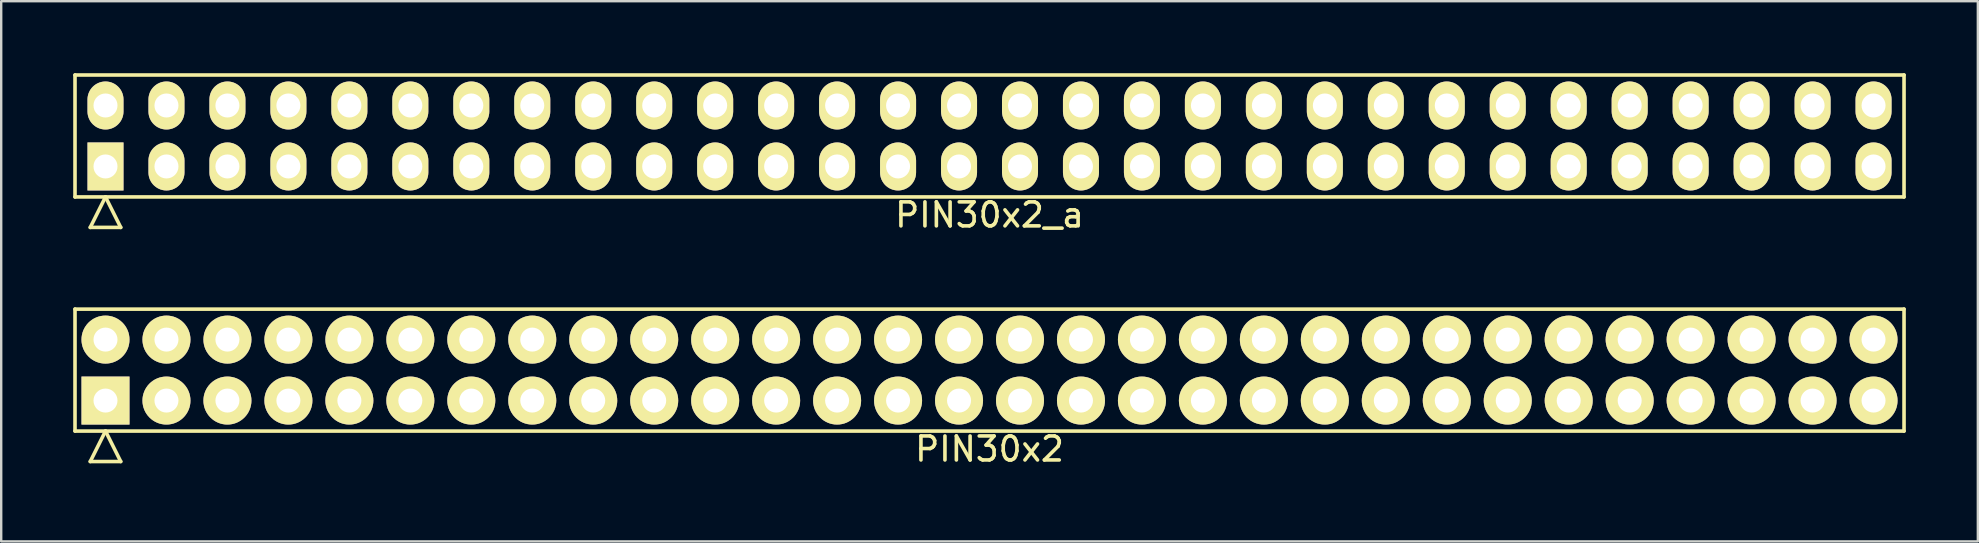
<source format=kicad_pcb>
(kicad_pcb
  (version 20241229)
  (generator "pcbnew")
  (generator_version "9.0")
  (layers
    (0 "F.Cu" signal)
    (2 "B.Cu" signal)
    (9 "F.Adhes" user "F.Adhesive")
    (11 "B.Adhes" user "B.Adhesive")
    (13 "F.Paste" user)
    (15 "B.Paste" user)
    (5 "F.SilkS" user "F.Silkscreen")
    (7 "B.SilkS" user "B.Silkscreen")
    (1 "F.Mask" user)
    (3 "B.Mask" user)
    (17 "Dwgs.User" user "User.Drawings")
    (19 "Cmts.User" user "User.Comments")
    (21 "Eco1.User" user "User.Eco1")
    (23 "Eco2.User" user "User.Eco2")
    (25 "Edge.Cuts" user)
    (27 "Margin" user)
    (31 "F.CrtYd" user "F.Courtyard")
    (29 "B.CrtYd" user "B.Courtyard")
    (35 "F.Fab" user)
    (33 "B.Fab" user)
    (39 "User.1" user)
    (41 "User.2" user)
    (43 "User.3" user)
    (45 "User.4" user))
  (footprint "PIN30x2"
    (layer "F.Cu")
    (at 38.175 12.368)
    (property "Reference" "PIN30x2" (at 0 3.29 0) (layer "F.SilkS") (effects (font (size 1 1) (thickness 0.15))))
    (attr through_hole)
    (fp_line (start -38.1 -2.54) (end -38.1 2.54) (stroke (width 0.15) (type solid)) (layer "F.SilkS"))
    (fp_line (start -38.1 2.54) (end 38.1 2.54) (stroke (width 0.15) (type solid)) (layer "F.SilkS"))
    (fp_line (start -37.465 3.81) (end -36.83 2.54) (stroke (width 0.15) (type solid)) (layer "F.SilkS"))
    (fp_line (start -37.465 3.81) (end -36.195 3.81) (stroke (width 0.15) (type solid)) (layer "F.SilkS"))
    (fp_line (start -36.195 3.81) (end -36.83 2.54) (stroke (width 0.15) (type solid)) (layer "F.SilkS"))
    (fp_line (start 38.1 -2.54) (end -38.1 -2.54) (stroke (width 0.15) (type solid)) (layer "F.SilkS"))
    (fp_line (start 38.1 2.54) (end 38.1 -2.54) (stroke (width 0.15) (type solid)) (layer "F.SilkS"))
    (pad "1" thru_hole rect (at -36.83 1.27) (size 2 2) (drill 1) (layers "*.Cu" "*.Mask" "F.SilkS"))
    (pad "2" thru_hole oval (at -36.83 -1.27) (size 2 2) (drill 1) (layers "*.Cu" "*.Mask" "F.SilkS"))
    (pad "3" thru_hole oval (at -34.29 1.27) (size 2 2) (drill 1) (layers "*.Cu" "*.Mask" "F.SilkS"))
    (pad "4" thru_hole oval (at -34.29 -1.27) (size 2 2) (drill 1) (layers "*.Cu" "*.Mask" "F.SilkS"))
    (pad "5" thru_hole oval (at -31.75 1.27) (size 2 2) (drill 1) (layers "*.Cu" "*.Mask" "F.SilkS"))
    (pad "6" thru_hole oval (at -31.75 -1.27) (size 2 2) (drill 1) (layers "*.Cu" "*.Mask" "F.SilkS"))
    (pad "7" thru_hole oval (at -29.21 1.27) (size 2 2) (drill 1) (layers "*.Cu" "*.Mask" "F.SilkS"))
    (pad "8" thru_hole oval (at -29.21 -1.27) (size 2 2) (drill 1) (layers "*.Cu" "*.Mask" "F.SilkS"))
    (pad "9" thru_hole oval (at -26.67 1.27) (size 2 2) (drill 1) (layers "*.Cu" "*.Mask" "F.SilkS"))
    (pad "10" thru_hole oval (at -26.67 -1.27) (size 2 2) (drill 1) (layers "*.Cu" "*.Mask" "F.SilkS"))
    (pad "11" thru_hole oval (at -24.13 1.27) (size 2 2) (drill 1) (layers "*.Cu" "*.Mask" "F.SilkS"))
    (pad "12" thru_hole oval (at -24.13 -1.27) (size 2 2) (drill 1) (layers "*.Cu" "*.Mask" "F.SilkS"))
    (pad "13" thru_hole oval (at -21.59 1.27) (size 2 2) (drill 1) (layers "*.Cu" "*.Mask" "F.SilkS"))
    (pad "14" thru_hole oval (at -21.59 -1.27) (size 2 2) (drill 1) (layers "*.Cu" "*.Mask" "F.SilkS"))
    (pad "15" thru_hole oval (at -19.05 1.27) (size 2 2) (drill 1) (layers "*.Cu" "*.Mask" "F.SilkS"))
    (pad "16" thru_hole oval (at -19.05 -1.27) (size 2 2) (drill 1) (layers "*.Cu" "*.Mask" "F.SilkS"))
    (pad "17" thru_hole oval (at -16.51 1.27) (size 2 2) (drill 1) (layers "*.Cu" "*.Mask" "F.SilkS"))
    (pad "18" thru_hole oval (at -16.51 -1.27) (size 2 2) (drill 1) (layers "*.Cu" "*.Mask" "F.SilkS"))
    (pad "19" thru_hole oval (at -13.97 1.27) (size 2 2) (drill 1) (layers "*.Cu" "*.Mask" "F.SilkS"))
    (pad "20" thru_hole oval (at -13.97 -1.27) (size 2 2) (drill 1) (layers "*.Cu" "*.Mask" "F.SilkS"))
    (pad "21" thru_hole oval (at -11.43 1.27) (size 2 2) (drill 1) (layers "*.Cu" "*.Mask" "F.SilkS"))
    (pad "22" thru_hole oval (at -11.43 -1.27) (size 2 2) (drill 1) (layers "*.Cu" "*.Mask" "F.SilkS"))
    (pad "23" thru_hole oval (at -8.89 1.27) (size 2 2) (drill 1) (layers "*.Cu" "*.Mask" "F.SilkS"))
    (pad "24" thru_hole oval (at -8.89 -1.27) (size 2 2) (drill 1) (layers "*.Cu" "*.Mask" "F.SilkS"))
    (pad "25" thru_hole oval (at -6.35 1.27) (size 2 2) (drill 1) (layers "*.Cu" "*.Mask" "F.SilkS"))
    (pad "26" thru_hole oval (at -6.35 -1.27) (size 2 2) (drill 1) (layers "*.Cu" "*.Mask" "F.SilkS"))
    (pad "27" thru_hole oval (at -3.81 1.27) (size 2 2) (drill 1) (layers "*.Cu" "*.Mask" "F.SilkS"))
    (pad "28" thru_hole oval (at -3.81 -1.27) (size 2 2) (drill 1) (layers "*.Cu" "*.Mask" "F.SilkS"))
    (pad "29" thru_hole oval (at -1.27 1.27) (size 2 2) (drill 1) (layers "*.Cu" "*.Mask" "F.SilkS"))
    (pad "30" thru_hole oval (at -1.27 -1.27) (size 2 2) (drill 1) (layers "*.Cu" "*.Mask" "F.SilkS"))
    (pad "31" thru_hole oval (at 1.27 1.27) (size 2 2) (drill 1) (layers "*.Cu" "*.Mask" "F.SilkS"))
    (pad "32" thru_hole oval (at 1.27 -1.27) (size 2 2) (drill 1) (layers "*.Cu" "*.Mask" "F.SilkS"))
    (pad "33" thru_hole oval (at 3.81 1.27) (size 2 2) (drill 1) (layers "*.Cu" "*.Mask" "F.SilkS"))
    (pad "34" thru_hole oval (at 3.81 -1.27) (size 2 2) (drill 1) (layers "*.Cu" "*.Mask" "F.SilkS"))
    (pad "35" thru_hole oval (at 6.35 1.27) (size 2 2) (drill 1) (layers "*.Cu" "*.Mask" "F.SilkS"))
    (pad "36" thru_hole oval (at 6.35 -1.27) (size 2 2) (drill 1) (layers "*.Cu" "*.Mask" "F.SilkS"))
    (pad "37" thru_hole oval (at 8.89 1.27) (size 2 2) (drill 1) (layers "*.Cu" "*.Mask" "F.SilkS"))
    (pad "38" thru_hole oval (at 8.89 -1.27) (size 2 2) (drill 1) (layers "*.Cu" "*.Mask" "F.SilkS"))
    (pad "39" thru_hole oval (at 11.43 1.27) (size 2 2) (drill 1) (layers "*.Cu" "*.Mask" "F.SilkS"))
    (pad "40" thru_hole oval (at 11.43 -1.27) (size 2 2) (drill 1) (layers "*.Cu" "*.Mask" "F.SilkS"))
    (pad "41" thru_hole oval (at 13.97 1.27) (size 2 2) (drill 1) (layers "*.Cu" "*.Mask" "F.SilkS"))
    (pad "42" thru_hole oval (at 13.97 -1.27) (size 2 2) (drill 1) (layers "*.Cu" "*.Mask" "F.SilkS"))
    (pad "43" thru_hole oval (at 16.51 1.27) (size 2 2) (drill 1) (layers "*.Cu" "*.Mask" "F.SilkS"))
    (pad "44" thru_hole oval (at 16.51 -1.27) (size 2 2) (drill 1) (layers "*.Cu" "*.Mask" "F.SilkS"))
    (pad "45" thru_hole oval (at 19.05 1.27) (size 2 2) (drill 1) (layers "*.Cu" "*.Mask" "F.SilkS"))
    (pad "46" thru_hole oval (at 19.05 -1.27) (size 2 2) (drill 1) (layers "*.Cu" "*.Mask" "F.SilkS"))
    (pad "47" thru_hole oval (at 21.59 1.27) (size 2 2) (drill 1) (layers "*.Cu" "*.Mask" "F.SilkS"))
    (pad "48" thru_hole oval (at 21.59 -1.27) (size 2 2) (drill 1) (layers "*.Cu" "*.Mask" "F.SilkS"))
    (pad "49" thru_hole oval (at 24.13 1.27) (size 2 2) (drill 1) (layers "*.Cu" "*.Mask" "F.SilkS"))
    (pad "50" thru_hole oval (at 24.13 -1.27) (size 2 2) (drill 1) (layers "*.Cu" "*.Mask" "F.SilkS"))
    (pad "51" thru_hole oval (at 26.67 1.27) (size 2 2) (drill 1) (layers "*.Cu" "*.Mask" "F.SilkS"))
    (pad "52" thru_hole oval (at 26.67 -1.27) (size 2 2) (drill 1) (layers "*.Cu" "*.Mask" "F.SilkS"))
    (pad "53" thru_hole oval (at 29.21 1.27) (size 2 2) (drill 1) (layers "*.Cu" "*.Mask" "F.SilkS"))
    (pad "54" thru_hole oval (at 29.21 -1.27) (size 2 2) (drill 1) (layers "*.Cu" "*.Mask" "F.SilkS"))
    (pad "55" thru_hole oval (at 31.75 1.27) (size 2 2) (drill 1) (layers "*.Cu" "*.Mask" "F.SilkS"))
    (pad "56" thru_hole oval (at 31.75 -1.27) (size 2 2) (drill 1) (layers "*.Cu" "*.Mask" "F.SilkS"))
    (pad "57" thru_hole oval (at 34.29 1.27) (size 2 2) (drill 1) (layers "*.Cu" "*.Mask" "F.SilkS"))
    (pad "58" thru_hole oval (at 34.29 -1.27) (size 2 2) (drill 1) (layers "*.Cu" "*.Mask" "F.SilkS"))
    (pad "59" thru_hole oval (at 36.83 1.27) (size 2 2) (drill 1) (layers "*.Cu" "*.Mask" "F.SilkS"))
    (pad "60" thru_hole oval (at 36.83 -1.27) (size 2 2) (drill 1) (layers "*.Cu" "*.Mask" "F.SilkS")))
  (footprint "PIN30x2_a"
    (layer "F.Cu")
    (at 38.175 2.615)
    (property "Reference" "PIN30x2_a" (at 0 3.29 0) (layer "F.SilkS") (effects (font (size 1 1) (thickness 0.15))))
    (attr through_hole)
    (fp_line (start -38.1 -2.54) (end -38.1 2.54) (stroke (width 0.15) (type solid)) (layer "F.SilkS"))
    (fp_line (start -38.1 2.54) (end 38.1 2.54) (stroke (width 0.15) (type solid)) (layer "F.SilkS"))
    (fp_line (start -37.465 3.81) (end -36.83 2.54) (stroke (width 0.15) (type solid)) (layer "F.SilkS"))
    (fp_line (start -37.465 3.81) (end -36.195 3.81) (stroke (width 0.15) (type solid)) (layer "F.SilkS"))
    (fp_line (start -36.195 3.81) (end -36.83 2.54) (stroke (width 0.15) (type solid)) (layer "F.SilkS"))
    (fp_line (start 38.1 -2.54) (end -38.1 -2.54) (stroke (width 0.15) (type solid)) (layer "F.SilkS"))
    (fp_line (start 38.1 2.54) (end 38.1 -2.54) (stroke (width 0.15) (type solid)) (layer "F.SilkS"))
    (pad "1" thru_hole rect (at -36.83 1.27) (size 1.5 2) (drill 1) (layers "*.Cu" "*.Mask" "F.SilkS"))
    (pad "2" thru_hole oval (at -36.83 -1.27) (size 1.5 2) (drill 1) (layers "*.Cu" "*.Mask" "F.SilkS"))
    (pad "3" thru_hole oval (at -34.29 1.27) (size 1.5 2) (drill 1) (layers "*.Cu" "*.Mask" "F.SilkS"))
    (pad "4" thru_hole oval (at -34.29 -1.27) (size 1.5 2) (drill 1) (layers "*.Cu" "*.Mask" "F.SilkS"))
    (pad "5" thru_hole oval (at -31.75 1.27) (size 1.5 2) (drill 1) (layers "*.Cu" "*.Mask" "F.SilkS"))
    (pad "6" thru_hole oval (at -31.75 -1.27) (size 1.5 2) (drill 1) (layers "*.Cu" "*.Mask" "F.SilkS"))
    (pad "7" thru_hole oval (at -29.21 1.27) (size 1.5 2) (drill 1) (layers "*.Cu" "*.Mask" "F.SilkS"))
    (pad "8" thru_hole oval (at -29.21 -1.27) (size 1.5 2) (drill 1) (layers "*.Cu" "*.Mask" "F.SilkS"))
    (pad "9" thru_hole oval (at -26.67 1.27) (size 1.5 2) (drill 1) (layers "*.Cu" "*.Mask" "F.SilkS"))
    (pad "10" thru_hole oval (at -26.67 -1.27) (size 1.5 2) (drill 1) (layers "*.Cu" "*.Mask" "F.SilkS"))
    (pad "11" thru_hole oval (at -24.13 1.27) (size 1.5 2) (drill 1) (layers "*.Cu" "*.Mask" "F.SilkS"))
    (pad "12" thru_hole oval (at -24.13 -1.27) (size 1.5 2) (drill 1) (layers "*.Cu" "*.Mask" "F.SilkS"))
    (pad "13" thru_hole oval (at -21.59 1.27) (size 1.5 2) (drill 1) (layers "*.Cu" "*.Mask" "F.SilkS"))
    (pad "14" thru_hole oval (at -21.59 -1.27) (size 1.5 2) (drill 1) (layers "*.Cu" "*.Mask" "F.SilkS"))
    (pad "15" thru_hole oval (at -19.05 1.27) (size 1.5 2) (drill 1) (layers "*.Cu" "*.Mask" "F.SilkS"))
    (pad "16" thru_hole oval (at -19.05 -1.27) (size 1.5 2) (drill 1) (layers "*.Cu" "*.Mask" "F.SilkS"))
    (pad "17" thru_hole oval (at -16.51 1.27) (size 1.5 2) (drill 1) (layers "*.Cu" "*.Mask" "F.SilkS"))
    (pad "18" thru_hole oval (at -16.51 -1.27) (size 1.5 2) (drill 1) (layers "*.Cu" "*.Mask" "F.SilkS"))
    (pad "19" thru_hole oval (at -13.97 1.27) (size 1.5 2) (drill 1) (layers "*.Cu" "*.Mask" "F.SilkS"))
    (pad "20" thru_hole oval (at -13.97 -1.27) (size 1.5 2) (drill 1) (layers "*.Cu" "*.Mask" "F.SilkS"))
    (pad "21" thru_hole oval (at -11.43 1.27) (size 1.5 2) (drill 1) (layers "*.Cu" "*.Mask" "F.SilkS"))
    (pad "22" thru_hole oval (at -11.43 -1.27) (size 1.5 2) (drill 1) (layers "*.Cu" "*.Mask" "F.SilkS"))
    (pad "23" thru_hole oval (at -8.89 1.27) (size 1.5 2) (drill 1) (layers "*.Cu" "*.Mask" "F.SilkS"))
    (pad "24" thru_hole oval (at -8.89 -1.27) (size 1.5 2) (drill 1) (layers "*.Cu" "*.Mask" "F.SilkS"))
    (pad "25" thru_hole oval (at -6.35 1.27) (size 1.5 2) (drill 1) (layers "*.Cu" "*.Mask" "F.SilkS"))
    (pad "26" thru_hole oval (at -6.35 -1.27) (size 1.5 2) (drill 1) (layers "*.Cu" "*.Mask" "F.SilkS"))
    (pad "27" thru_hole oval (at -3.81 1.27) (size 1.5 2) (drill 1) (layers "*.Cu" "*.Mask" "F.SilkS"))
    (pad "28" thru_hole oval (at -3.81 -1.27) (size 1.5 2) (drill 1) (layers "*.Cu" "*.Mask" "F.SilkS"))
    (pad "29" thru_hole oval (at -1.27 1.27) (size 1.5 2) (drill 1) (layers "*.Cu" "*.Mask" "F.SilkS"))
    (pad "30" thru_hole oval (at -1.27 -1.27) (size 1.5 2) (drill 1) (layers "*.Cu" "*.Mask" "F.SilkS"))
    (pad "31" thru_hole oval (at 1.27 1.27) (size 1.5 2) (drill 1) (layers "*.Cu" "*.Mask" "F.SilkS"))
    (pad "32" thru_hole oval (at 1.27 -1.27) (size 1.5 2) (drill 1) (layers "*.Cu" "*.Mask" "F.SilkS"))
    (pad "33" thru_hole oval (at 3.81 1.27) (size 1.5 2) (drill 1) (layers "*.Cu" "*.Mask" "F.SilkS"))
    (pad "34" thru_hole oval (at 3.81 -1.27) (size 1.5 2) (drill 1) (layers "*.Cu" "*.Mask" "F.SilkS"))
    (pad "35" thru_hole oval (at 6.35 1.27) (size 1.5 2) (drill 1) (layers "*.Cu" "*.Mask" "F.SilkS"))
    (pad "36" thru_hole oval (at 6.35 -1.27) (size 1.5 2) (drill 1) (layers "*.Cu" "*.Mask" "F.SilkS"))
    (pad "37" thru_hole oval (at 8.89 1.27) (size 1.5 2) (drill 1) (layers "*.Cu" "*.Mask" "F.SilkS"))
    (pad "38" thru_hole oval (at 8.89 -1.27) (size 1.5 2) (drill 1) (layers "*.Cu" "*.Mask" "F.SilkS"))
    (pad "39" thru_hole oval (at 11.43 1.27) (size 1.5 2) (drill 1) (layers "*.Cu" "*.Mask" "F.SilkS"))
    (pad "40" thru_hole oval (at 11.43 -1.27) (size 1.5 2) (drill 1) (layers "*.Cu" "*.Mask" "F.SilkS"))
    (pad "41" thru_hole oval (at 13.97 1.27) (size 1.5 2) (drill 1) (layers "*.Cu" "*.Mask" "F.SilkS"))
    (pad "42" thru_hole oval (at 13.97 -1.27) (size 1.5 2) (drill 1) (layers "*.Cu" "*.Mask" "F.SilkS"))
    (pad "43" thru_hole oval (at 16.51 1.27) (size 1.5 2) (drill 1) (layers "*.Cu" "*.Mask" "F.SilkS"))
    (pad "44" thru_hole oval (at 16.51 -1.27) (size 1.5 2) (drill 1) (layers "*.Cu" "*.Mask" "F.SilkS"))
    (pad "45" thru_hole oval (at 19.05 1.27) (size 1.5 2) (drill 1) (layers "*.Cu" "*.Mask" "F.SilkS"))
    (pad "46" thru_hole oval (at 19.05 -1.27) (size 1.5 2) (drill 1) (layers "*.Cu" "*.Mask" "F.SilkS"))
    (pad "47" thru_hole oval (at 21.59 1.27) (size 1.5 2) (drill 1) (layers "*.Cu" "*.Mask" "F.SilkS"))
    (pad "48" thru_hole oval (at 21.59 -1.27) (size 1.5 2) (drill 1) (layers "*.Cu" "*.Mask" "F.SilkS"))
    (pad "49" thru_hole oval (at 24.13 1.27) (size 1.5 2) (drill 1) (layers "*.Cu" "*.Mask" "F.SilkS"))
    (pad "50" thru_hole oval (at 24.13 -1.27) (size 1.5 2) (drill 1) (layers "*.Cu" "*.Mask" "F.SilkS"))
    (pad "51" thru_hole oval (at 26.67 1.27) (size 1.5 2) (drill 1) (layers "*.Cu" "*.Mask" "F.SilkS"))
    (pad "52" thru_hole oval (at 26.67 -1.27) (size 1.5 2) (drill 1) (layers "*.Cu" "*.Mask" "F.SilkS"))
    (pad "53" thru_hole oval (at 29.21 1.27) (size 1.5 2) (drill 1) (layers "*.Cu" "*.Mask" "F.SilkS"))
    (pad "54" thru_hole oval (at 29.21 -1.27) (size 1.5 2) (drill 1) (layers "*.Cu" "*.Mask" "F.SilkS"))
    (pad "55" thru_hole oval (at 31.75 1.27) (size 1.5 2) (drill 1) (layers "*.Cu" "*.Mask" "F.SilkS"))
    (pad "56" thru_hole oval (at 31.75 -1.27) (size 1.5 2) (drill 1) (layers "*.Cu" "*.Mask" "F.SilkS"))
    (pad "57" thru_hole oval (at 34.29 1.27) (size 1.5 2) (drill 1) (layers "*.Cu" "*.Mask" "F.SilkS"))
    (pad "58" thru_hole oval (at 34.29 -1.27) (size 1.5 2) (drill 1) (layers "*.Cu" "*.Mask" "F.SilkS"))
    (pad "59" thru_hole oval (at 36.83 1.27) (size 1.5 2) (drill 1) (layers "*.Cu" "*.Mask" "F.SilkS"))
    (pad "60" thru_hole oval (at 36.83 -1.27) (size 1.5 2) (drill 1) (layers "*.Cu" "*.Mask" "F.SilkS")))
  (gr_rect
    (start -3 -3)
    (end 79.35 19.506)
    (stroke (width 0.1) (type default))
    (fill no)
    (layer "Edge.Cuts")))
</source>
